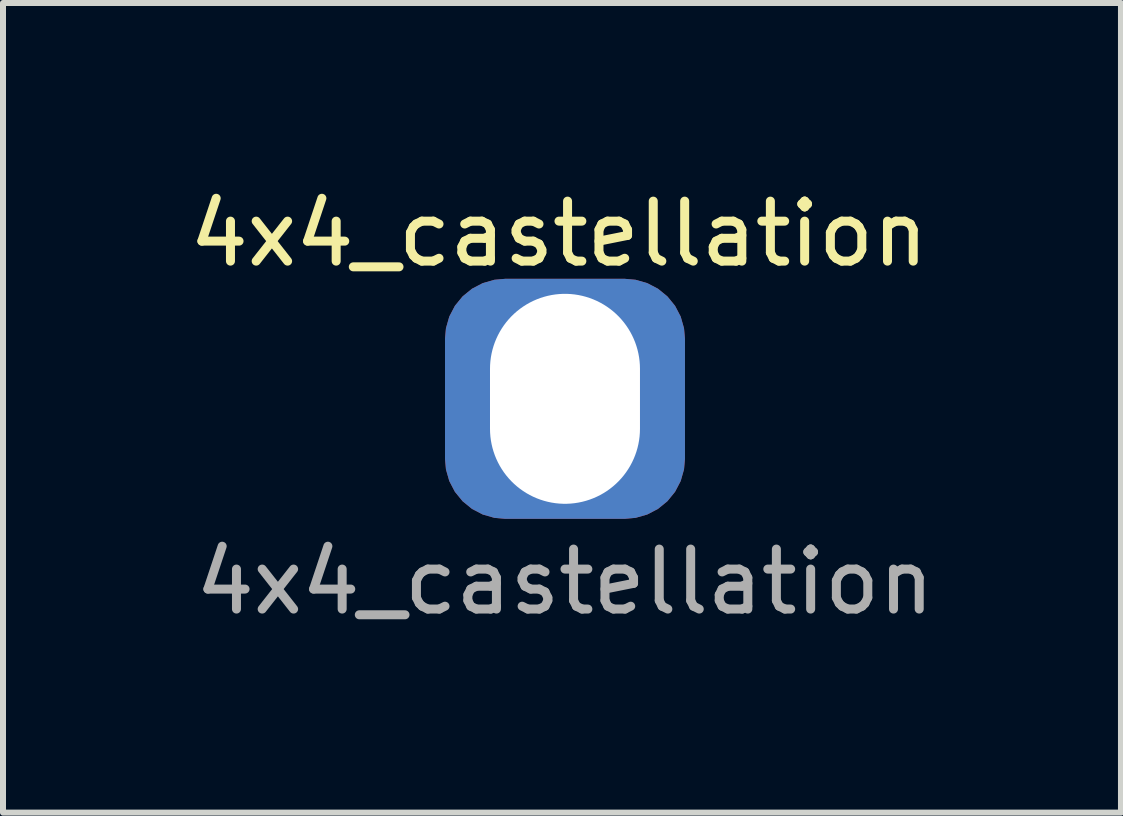
<source format=kicad_pcb>
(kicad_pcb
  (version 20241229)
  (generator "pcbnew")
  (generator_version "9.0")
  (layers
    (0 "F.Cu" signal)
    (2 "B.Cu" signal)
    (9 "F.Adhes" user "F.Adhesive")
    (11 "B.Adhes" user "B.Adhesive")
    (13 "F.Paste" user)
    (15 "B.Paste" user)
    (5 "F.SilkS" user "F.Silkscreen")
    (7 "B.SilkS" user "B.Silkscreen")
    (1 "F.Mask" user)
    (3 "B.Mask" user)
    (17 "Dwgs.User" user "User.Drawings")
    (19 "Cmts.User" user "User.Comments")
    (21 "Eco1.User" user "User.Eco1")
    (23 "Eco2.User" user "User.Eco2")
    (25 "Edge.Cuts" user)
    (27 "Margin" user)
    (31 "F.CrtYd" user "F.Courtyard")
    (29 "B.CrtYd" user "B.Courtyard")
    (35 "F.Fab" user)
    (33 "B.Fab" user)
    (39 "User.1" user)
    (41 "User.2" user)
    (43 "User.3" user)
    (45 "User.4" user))
  (footprint "4x4_castellation"
    (layer "F.Cu")
    (at 6.368 3.598)
    (property "Reference" "4x4_castellation" (at -0.1 -2.75 0) (unlocked yes) (layer "F.SilkS") (effects (font (size 1 1) (thickness 0.15))))
    (attr through_hole)
    (fp_text user "${REFERENCE}" (at 0 3.05 0) (unlocked yes) (layer "F.Fab") (effects (font (size 1 1) (thickness 0.15))))
    (pad "1" thru_hole roundrect (at 0 0) (size 4 4) (drill oval 2.5 3.5) (layers "*.Cu" "*.Mask") (roundrect_rratio 0.25)))
  (gr_rect
    (start -3 -3)
    (end 15.636 10.496)
    (stroke (width 0.1) (type default))
    (fill no)
    (layer "Edge.Cuts")))
</source>
